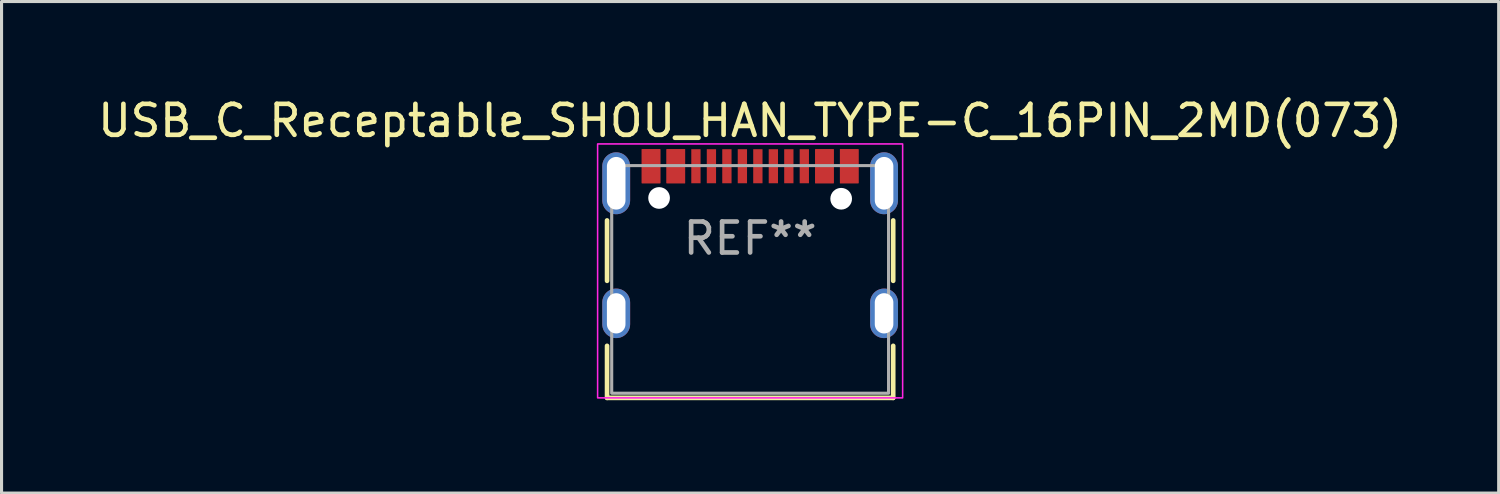
<source format=kicad_pcb>
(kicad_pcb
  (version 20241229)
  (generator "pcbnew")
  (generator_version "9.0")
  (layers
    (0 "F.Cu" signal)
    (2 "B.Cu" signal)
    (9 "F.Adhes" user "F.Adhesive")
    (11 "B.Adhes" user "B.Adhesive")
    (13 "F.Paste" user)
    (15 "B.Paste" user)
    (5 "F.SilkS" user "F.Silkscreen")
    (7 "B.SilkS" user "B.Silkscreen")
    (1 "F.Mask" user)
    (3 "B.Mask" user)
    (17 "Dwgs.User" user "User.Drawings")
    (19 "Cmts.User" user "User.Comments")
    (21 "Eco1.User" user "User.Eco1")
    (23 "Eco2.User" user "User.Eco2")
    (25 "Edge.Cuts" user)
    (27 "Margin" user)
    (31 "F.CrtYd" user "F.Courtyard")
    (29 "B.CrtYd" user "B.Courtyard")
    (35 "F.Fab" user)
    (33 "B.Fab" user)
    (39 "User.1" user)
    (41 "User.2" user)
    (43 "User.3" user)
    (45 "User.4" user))
  (footprint "USB_C_Receptable_SHOU_HAN_TYPE-C_16PIN_2MD(073)"
    (layer "F.Cu")
    (at 21.173 4.648)
    (property "Reference" "USB_C_Receptable_SHOU_HAN_TYPE-C_16PIN_2MD(073)" (at 0 -3.8 0) (layer "F.SilkS") (effects (font (size 1 1) (thickness 0.15))))
    (attr through_hole)
    (fp_line (start -4.62 -0.58) (end -4.62 1.37) (stroke (width 0.15) (type solid)) (layer "F.SilkS"))
    (fp_line (start -4.62 3.47) (end -4.62 5.15) (stroke (width 0.15) (type solid)) (layer "F.SilkS"))
    (fp_line (start -4.62 5.15) (end 4.62 5.15) (stroke (width 0.15) (type solid)) (layer "F.SilkS"))
    (fp_line (start 4.62 -0.58) (end 4.62 1.37) (stroke (width 0.15) (type solid)) (layer "F.SilkS"))
    (fp_line (start 4.62 5.15) (end 4.62 3.47) (stroke (width 0.15) (type solid)) (layer "F.SilkS"))
    (fp_rect (start -4.925 -3.05) (end 4.925 5.15) (stroke (width 0.05) (type solid)) (fill no) (layer "F.CrtYd"))
    (fp_rect (start -4.47 -2.35) (end 4.47 5) (stroke (width 0.1) (type solid)) (fill no) (layer "F.Fab"))
    (fp_text user "REF**" (at 0 0 0) (layer "F.Fab") (effects (font (size 1 1) (thickness 0.15))))
    (pad "" np_thru_hole circle (at -2.94 -1.305) (size 0.7 0.7) (drill 0.7) (layers "*.Cu"))
    (pad "" np_thru_hole circle (at 2.94 -1.28) (size 0.7 0.7) (drill 0.7) (layers "*.Cu" "*.Mask"))
    (pad "A1" smd rect (at -3.2 -2.33) (size 0.6 1.1) (layers "F.Cu" "F.Mask" "F.Paste"))
    (pad "A4" smd rect (at -2.4 -2.33) (size 0.6 1.1) (layers "F.Cu" "F.Mask" "F.Paste"))
    (pad "A5" smd rect (at -1.25 -2.33) (size 0.3 1.1) (layers "F.Cu" "F.Mask" "F.Paste"))
    (pad "A6" smd rect (at -0.25 -2.33) (size 0.3 1.1) (layers "F.Cu" "F.Mask" "F.Paste"))
    (pad "A7" smd rect (at 0.25 -2.33) (size 0.3 1.1) (layers "F.Cu" "F.Mask" "F.Paste"))
    (pad "A8" smd rect (at 1.25 -2.33) (size 0.3 1.1) (layers "F.Cu" "F.Mask" "F.Paste"))
    (pad "A9" smd rect (at 2.4 -2.33) (size 0.6 1.1) (layers "F.Cu" "F.Mask" "F.Paste"))
    (pad "A12" smd rect (at 3.2 -2.33) (size 0.6 1.1) (layers "F.Cu" "F.Mask" "F.Paste"))
    (pad "B1" smd rect (at 3.2 -2.33) (size 0.6 1.1) (layers "F.Cu" "F.Mask" "F.Paste"))
    (pad "B4" smd rect (at 2.4 -2.33) (size 0.6 1.1) (layers "F.Cu" "F.Mask" "F.Paste"))
    (pad "B5" smd rect (at 1.75 -2.33) (size 0.3 1.1) (layers "F.Cu" "F.Mask" "F.Paste"))
    (pad "B6" smd rect (at 0.75 -2.33) (size 0.3 1.1) (layers "F.Cu" "F.Mask" "F.Paste"))
    (pad "B7" smd rect (at -0.75 -2.33) (size 0.3 1.1) (layers "F.Cu" "F.Mask" "F.Paste"))
    (pad "B8" smd rect (at -1.75 -2.33) (size 0.3 1.1) (layers "F.Cu" "F.Mask" "F.Paste"))
    (pad "B9" smd rect (at -2.4 -2.33) (size 0.6 1.1) (layers "F.Cu" "F.Mask" "F.Paste"))
    (pad "B12" smd rect (at -3.2 -2.33) (size 0.6 1.1) (layers "F.Cu" "F.Mask" "F.Paste"))
    (pad "S1" thru_hole oval (at -4.325 -1.78) (size 0.9 2) (drill oval 0.6 1.7) (layers "*.Cu" "*.Mask"))
    (pad "S1" thru_hole oval (at -4.325 2.42) (size 0.9 1.6) (drill oval 0.6 1.3) (layers "*.Cu" "*.Mask"))
    (pad "S1" thru_hole oval (at 4.325 -1.78) (size 0.9 2) (drill oval 0.6 1.7) (layers "*.Cu" "*.Mask"))
    (pad "S1" thru_hole oval (at 4.325 2.42) (size 0.9 1.6) (drill oval 0.6 1.3) (layers "*.Cu" "*.Mask")))
  (gr_rect
    (start -3 -3)
    (end 45.345 12.873)
    (stroke (width 0.1) (type default))
    (fill no)
    (layer "Edge.Cuts")))
</source>
